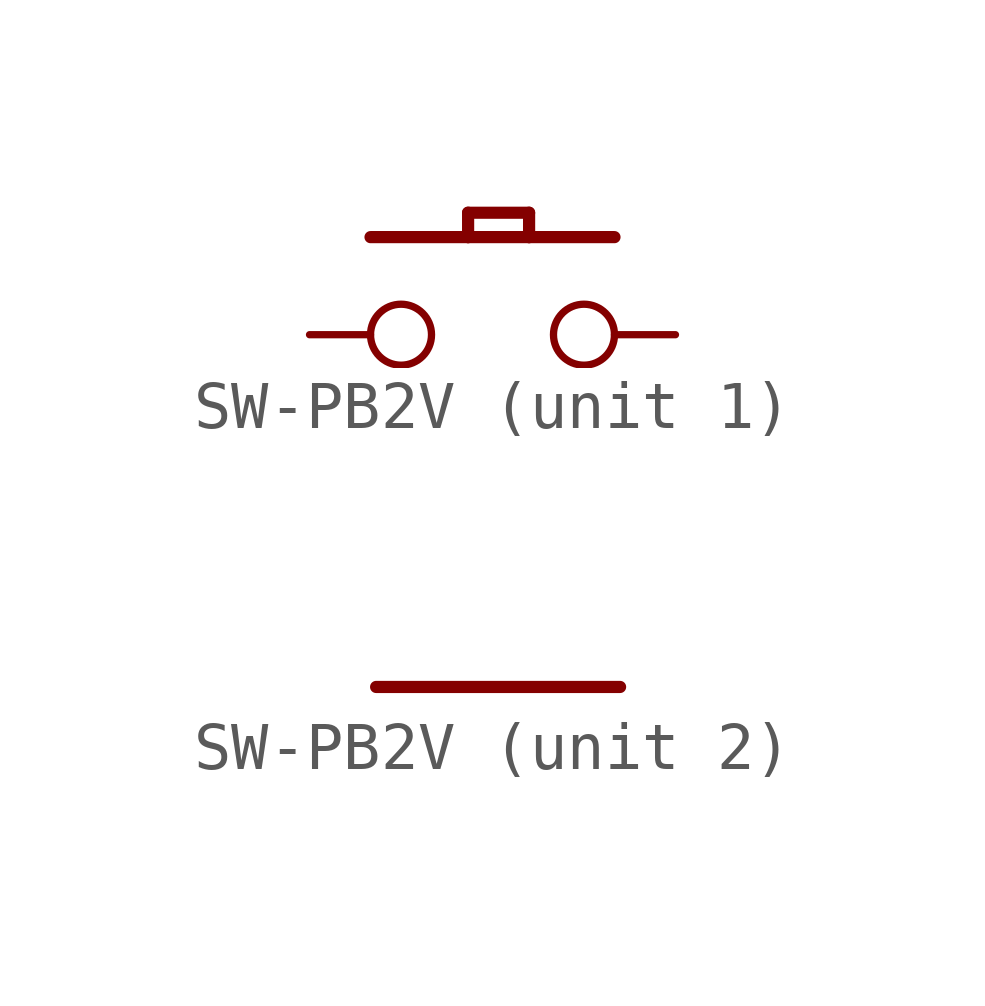
<source format=kicad_sym>
(kicad_symbol_lib
  (version 20211014)
  (generator kicad_symbol_editor)
  (symbol "SW-PB2V"
    (property "Reference" "SW"
      (at -5.08 -3.81 0)
      (effects (font (size 1.778 1.511)) (justify left bottom) hide))
    (property "ki_locked" ""
      (at 0 0 0)
      (effects (font (size 1.27 1.27))))
    (symbol "SW-PB2V_1_0"
      (polyline (pts (xy -3.81 2.032) (xy -1.778 2.032)) (stroke (width 0.254) (type default) (color 0 0 0 0)) (fill (type none)))
      (polyline (pts (xy -1.778 2.032) (xy -1.778 2.54)) (stroke (width 0.254) (type default) (color 0 0 0 0)) (fill (type none)))
      (polyline (pts (xy -1.778 2.032) (xy -0.508 2.032)) (stroke (width 0.254) (type default) (color 0 0 0 0)) (fill (type none)))
      (polyline (pts (xy -1.778 2.54) (xy -0.508 2.54)) (stroke (width 0.254) (type default) (color 0 0 0 0)) (fill (type none)))
      (polyline (pts (xy -0.508 2.032) (xy 1.27 2.032)) (stroke (width 0.254) (type default) (color 0 0 0 0)) (fill (type none)))
      (polyline (pts (xy -0.508 2.54) (xy -0.508 2.032)) (stroke (width 0.254) (type default) (color 0 0 0 0)) (fill (type none)))
      (pin passive inverted (at -5.08 0 0) (length 2.54) (name "P$1" (effects (font (size 0 0)))) (number "1" (effects (font (size 0 0)))))
      (pin passive inverted (at 2.54 0 180) (length 2.54) (name "P$2" (effects (font (size 0 0)))) (number "2" (effects (font (size 0 0))))))
    (symbol "SW-PB2V_2_0"
      (polyline (pts (xy -2.54 0) (xy 2.54 0)) (stroke (width 0.254) (type default) (color 0 0 0 0)) (fill (type none)))
      (pin power_in line (at -2.54 0 0) (length 0) (name "GND" (effects (font (size 0 0)))) (number "G1" (effects (font (size 0 0))))))))
</source>
